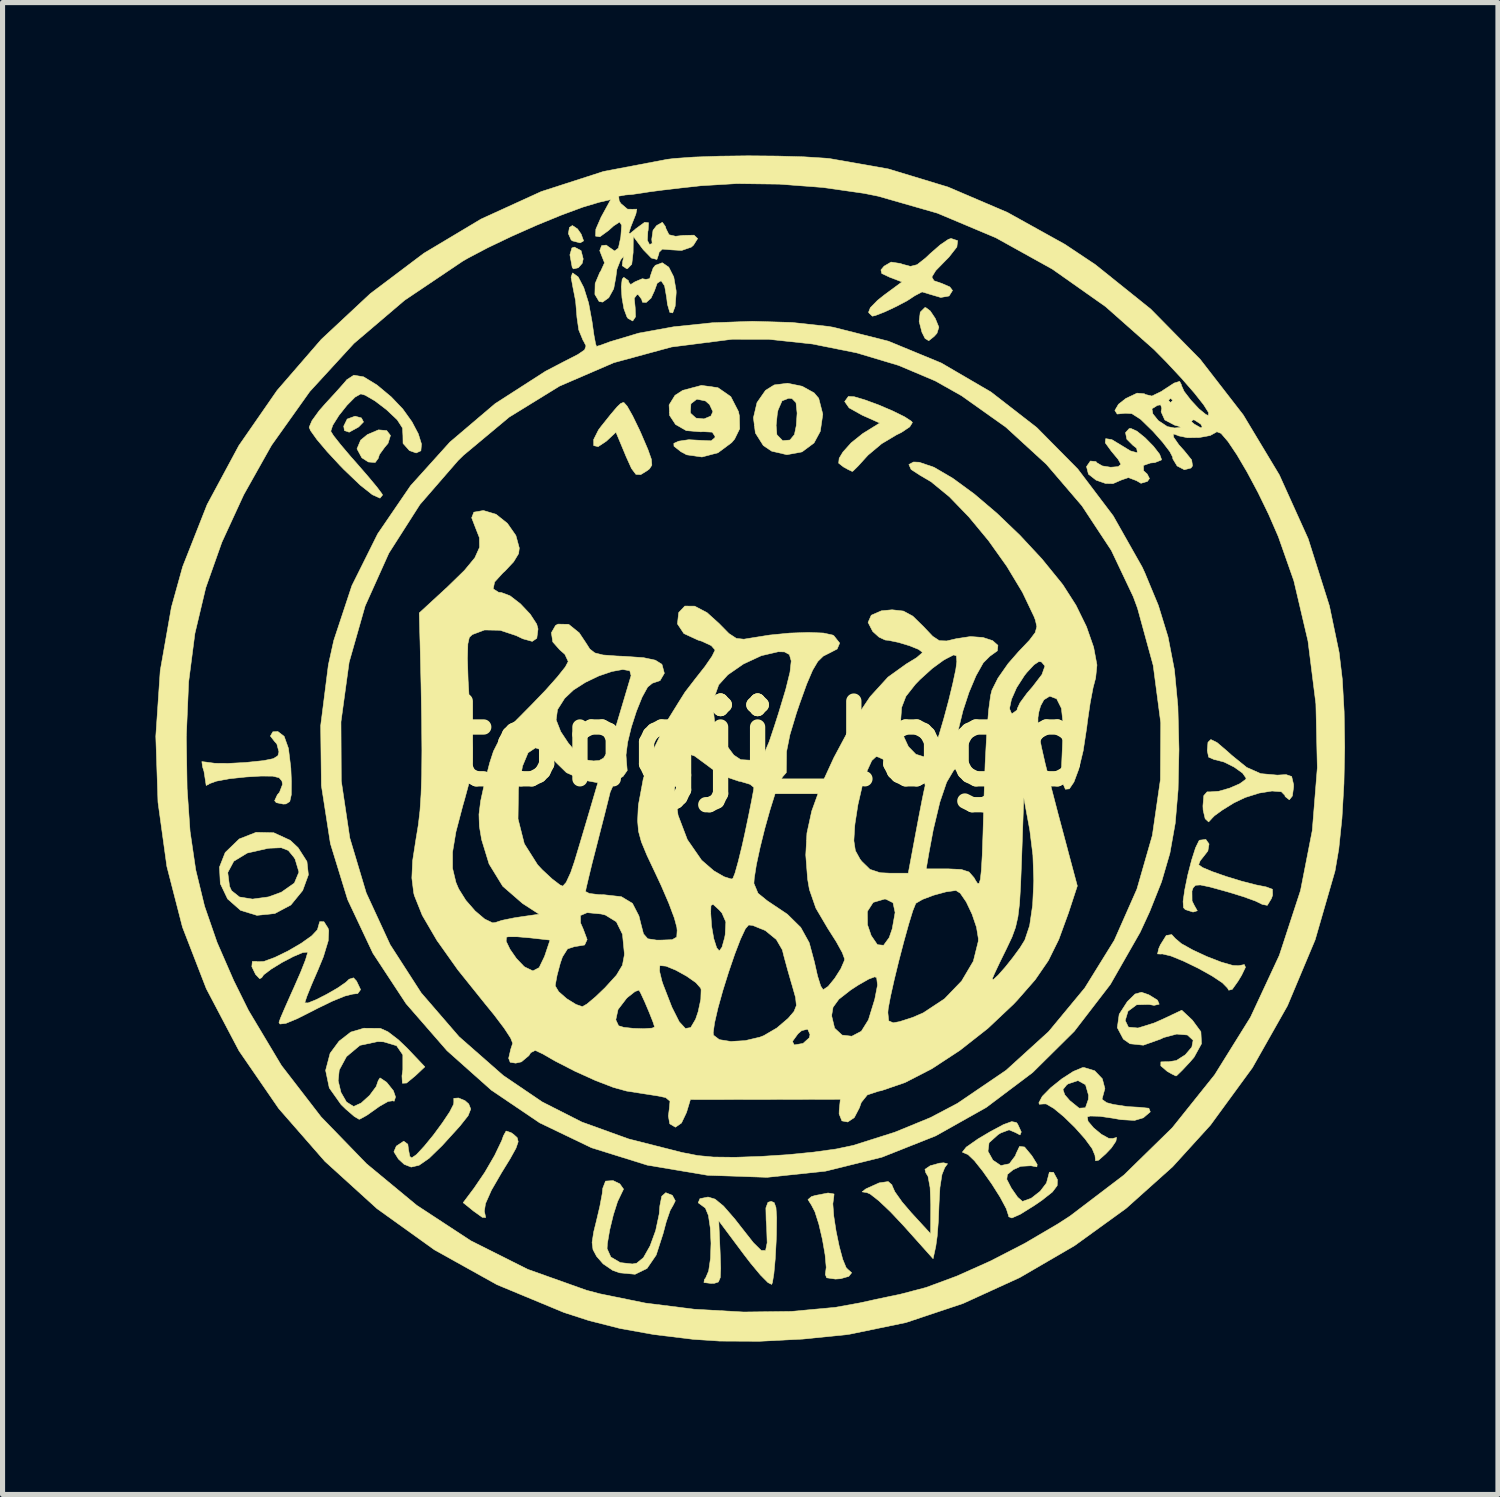
<source format=kicad_pcb>
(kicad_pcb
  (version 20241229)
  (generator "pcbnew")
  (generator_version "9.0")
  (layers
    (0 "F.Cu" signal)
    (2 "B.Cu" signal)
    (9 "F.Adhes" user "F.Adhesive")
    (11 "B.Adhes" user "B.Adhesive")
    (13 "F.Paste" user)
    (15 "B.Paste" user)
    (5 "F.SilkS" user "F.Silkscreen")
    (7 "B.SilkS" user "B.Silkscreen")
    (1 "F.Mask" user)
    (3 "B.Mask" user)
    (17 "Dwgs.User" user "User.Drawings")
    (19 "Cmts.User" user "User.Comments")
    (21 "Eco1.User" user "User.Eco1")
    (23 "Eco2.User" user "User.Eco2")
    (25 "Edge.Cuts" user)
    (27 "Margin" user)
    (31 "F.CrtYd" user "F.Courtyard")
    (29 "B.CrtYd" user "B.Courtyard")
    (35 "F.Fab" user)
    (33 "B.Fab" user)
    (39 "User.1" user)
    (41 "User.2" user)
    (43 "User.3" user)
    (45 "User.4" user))
  (footprint "tongji_logo"
    (layer "F.Cu")
    (at 11.987 11.532)
    (property "Reference" "tongji_logo" (at 0 0 0) (layer "F.SilkS") (effects (font (size 1.524 1.524) (thickness 0.3))))
    (attr through_hole)
    (fp_poly (pts (xy -7.95 -6.387) (xy -7.909 -6.308) (xy -8.004 -6.21) (xy -8.19 -6.107) (xy -8.283 -6.139) (xy -8.297 -6.226) (xy -8.229 -6.365) (xy -8.075 -6.421) (xy -7.95 -6.387)) (stroke (width 0.01) (type solid)) (fill yes) (layer "F.SilkS"))
    (fp_poly (pts (xy -3.643 -9.668) (xy -3.601 -9.505) (xy -3.62 -9.419) (xy -3.697 -9.332) (xy -3.791 -9.309) (xy -3.816 -9.335) (xy -3.862 -9.585) (xy -3.823 -9.72) (xy -3.774 -9.737) (xy -3.643 -9.668)) (stroke (width 0.01) (type solid)) (fill yes) (layer "F.SilkS"))
    (fp_poly (pts (xy -3.713 -10.094) (xy -3.641 -9.991) (xy -3.593 -9.859) (xy -3.658 -9.821) (xy -3.666 -9.821) (xy -3.811 -9.858) (xy -3.838 -9.878) (xy -3.892 -10.001) (xy -3.871 -10.123) (xy -3.813 -10.16) (xy -3.713 -10.094)) (stroke (width 0.01) (type solid)) (fill yes) (layer "F.SilkS"))
    (fp_poly (pts (xy 3.204 -8.485) (xy 3.303 -8.337) (xy 3.373 -8.166) (xy 3.336 -8.047) (xy 3.28 -7.985) (xy 3.175 -7.901) (xy 3.103 -7.944) (xy 3.041 -8.067) (xy 2.986 -8.281) (xy 3.008 -8.461) (xy 3.097 -8.55) (xy 3.116 -8.551) (xy 3.204 -8.485)) (stroke (width 0.01) (type solid)) (fill yes) (layer "F.SilkS"))
    (fp_poly (pts (xy -7.454 -6.139) (xy -7.38 -6.043) (xy -7.428 -5.889) (xy -7.493 -5.812) (xy -7.597 -5.669) (xy -7.62 -5.594) (xy -7.68 -5.513) (xy -7.814 -5.523) (xy -7.942 -5.605) (xy -8.037 -5.781) (xy -7.965 -5.952) (xy -7.832 -6.061) (xy -7.615 -6.153) (xy -7.454 -6.139)) (stroke (width 0.01) (type solid)) (fill yes) (layer "F.SilkS"))
    (fp_poly (pts (xy -5.015 7.628) (xy -4.965 7.663) (xy -4.895 7.727) (xy -4.876 7.806) (xy -4.919 7.932) (xy -5.034 8.14) (xy -5.199 8.408) (xy -5.401 8.757) (xy -5.517 9.019) (xy -5.54 9.171) (xy -5.538 9.175) (xy -5.513 9.292) (xy -5.579 9.289) (xy -5.751 9.166) (xy -5.762 9.157) (xy -5.955 9.001) (xy -5.739 8.713) (xy -5.529 8.404) (xy -5.337 8.073) (xy -5.198 7.783) (xy -5.165 7.689) (xy -5.113 7.596) (xy -5.015 7.628)) (stroke (width 0.01) (type solid)) (fill yes) (layer "F.SilkS"))
    (fp_poly (pts (xy 1.318 8.831) (xy 1.312 8.891) (xy 1.294 9.023) (xy 1.312 9.262) (xy 1.357 9.556) (xy 1.419 9.856) (xy 1.488 10.112) (xy 1.555 10.275) (xy 1.584 10.305) (xy 1.663 10.375) (xy 1.607 10.446) (xy 1.446 10.492) (xy 1.345 10.499) (xy 1.173 10.474) (xy 1.147 10.408) (xy 1.164 10.269) (xy 1.142 10.023) (xy 1.09 9.723) (xy 1.02 9.423) (xy 0.942 9.178) (xy 0.875 9.049) (xy 0.806 8.94) (xy 0.876 8.881) (xy 0.949 8.86) (xy 1.2 8.811) (xy 1.318 8.831)) (stroke (width 0.01) (type solid)) (fill yes) (layer "F.SilkS"))
    (fp_poly (pts (xy -2.739 -6.617) (xy -2.631 -6.426) (xy -2.499 -6.154) (xy -2.464 -6.076) (xy -2.332 -5.768) (xy -2.264 -5.576) (xy -2.255 -5.462) (xy -2.299 -5.391) (xy -2.341 -5.357) (xy -2.473 -5.275) (xy -2.567 -5.28) (xy -2.654 -5.395) (xy -2.766 -5.643) (xy -2.78 -5.678) (xy -2.959 -6.107) (xy -3.146 -5.932) (xy -3.308 -5.824) (xy -3.395 -5.844) (xy -3.396 -5.963) (xy -3.302 -6.151) (xy -3.252 -6.218) (xy -3.056 -6.463) (xy -2.936 -6.604) (xy -2.868 -6.669) (xy -2.822 -6.688) (xy -2.803 -6.689) (xy -2.739 -6.617)) (stroke (width 0.01) (type solid)) (fill yes) (layer "F.SilkS"))
    (fp_poly (pts (xy 8.006 3.818) (xy 8.127 3.921) (xy 8.353 4.047) (xy 8.631 4.176) (xy 8.91 4.284) (xy 9.138 4.349) (xy 9.249 4.354) (xy 9.364 4.332) (xy 9.385 4.386) (xy 9.31 4.541) (xy 9.239 4.659) (xy 9.126 4.818) (xy 9.057 4.835) (xy 9.032 4.791) (xy 8.933 4.69) (xy 8.726 4.553) (xy 8.457 4.403) (xy 8.174 4.266) (xy 7.925 4.164) (xy 7.755 4.123) (xy 7.724 4.126) (xy 7.661 4.123) (xy 7.685 4.017) (xy 7.717 3.945) (xy 7.832 3.761) (xy 7.939 3.744) (xy 8.006 3.818)) (stroke (width 0.01) (type solid)) (fill yes) (layer "F.SilkS"))
    (fp_poly (pts (xy -5.92 7) (xy -5.846 7.065) (xy -5.806 7.165) (xy -5.858 7.296) (xy -6.019 7.499) (xy -6.026 7.507) (xy -6.365 7.88) (xy -6.622 8.13) (xy -6.819 8.267) (xy -6.975 8.303) (xy -7.112 8.249) (xy -7.225 8.144) (xy -7.313 8.003) (xy -7.266 7.892) (xy -7.263 7.89) (xy -7.12 7.795) (xy -7.04 7.855) (xy -7.027 7.959) (xy -7.001 8.094) (xy -6.964 8.123) (xy -6.869 8.057) (xy -6.717 7.893) (xy -6.537 7.673) (xy -6.362 7.435) (xy -6.219 7.221) (xy -6.142 7.071) (xy -6.138 7.029) (xy -6.139 6.955) (xy -6.046 6.948) (xy -5.92 7)) (stroke (width 0.01) (type solid)) (fill yes) (layer "F.SilkS"))
    (fp_poly (pts (xy 1.712 -6.803) (xy 1.927 -6.739) (xy 2.196 -6.64) (xy 2.469 -6.523) (xy 2.699 -6.41) (xy 2.837 -6.32) (xy 2.854 -6.296) (xy 2.802 -6.212) (xy 2.638 -6.102) (xy 2.538 -6.053) (xy 2.252 -5.882) (xy 1.987 -5.66) (xy 1.946 -5.616) (xy 1.792 -5.446) (xy 1.692 -5.347) (xy 1.675 -5.337) (xy 1.592 -5.376) (xy 1.503 -5.425) (xy 1.408 -5.5) (xy 1.418 -5.596) (xy 1.491 -5.717) (xy 1.654 -5.899) (xy 1.88 -6.08) (xy 1.92 -6.105) (xy 2.214 -6.287) (xy 1.869 -6.441) (xy 1.613 -6.584) (xy 1.526 -6.708) (xy 1.599 -6.809) (xy 1.712 -6.803)) (stroke (width 0.01) (type solid)) (fill yes) (layer "F.SilkS"))
    (fp_poly (pts (xy 3.543 8.238) (xy 3.488 8.314) (xy 3.434 8.449) (xy 3.394 8.704) (xy 3.377 9.013) (xy 3.364 9.354) (xy 3.34 9.66) (xy 3.313 9.855) (xy 3.26 10.1) (xy 2.681 9.453) (xy 2.425 9.181) (xy 2.197 8.965) (xy 2.027 8.832) (xy 1.961 8.803) (xy 1.868 8.789) (xy 1.935 8.735) (xy 1.947 8.728) (xy 2.201 8.613) (xy 2.38 8.587) (xy 2.455 8.654) (xy 2.455 8.664) (xy 2.51 8.787) (xy 2.651 8.986) (xy 2.833 9.199) (xy 3.211 9.61) (xy 3.214 9.043) (xy 3.201 8.705) (xy 3.16 8.484) (xy 3.117 8.415) (xy 3.1 8.347) (xy 3.205 8.276) (xy 3.387 8.226) (xy 3.467 8.219) (xy 3.543 8.238)) (stroke (width 0.01) (type solid)) (fill yes) (layer "F.SilkS"))
    (fp_poly (pts (xy 0.692 -7.008) (xy 0.927 -6.878) (xy 1.017 -6.772) (xy 1.097 -6.46) (xy 1.048 -6.124) (xy 0.925 -5.896) (xy 0.69 -5.721) (xy 0.393 -5.666) (xy 0.095 -5.735) (xy -0.069 -5.845) (xy -0.225 -6.092) (xy -0.244 -6.242) (xy 0.182 -6.242) (xy 0.196 -6.065) (xy 0.2 -6.054) (xy 0.31 -5.941) (xy 0.453 -5.954) (xy 0.541 -6.061) (xy 0.577 -6.236) (xy 0.593 -6.476) (xy 0.593 -6.484) (xy 0.572 -6.686) (xy 0.494 -6.766) (xy 0.427 -6.773) (xy 0.298 -6.721) (xy 0.22 -6.543) (xy 0.206 -6.478) (xy 0.182 -6.242) (xy -0.244 -6.242) (xy -0.263 -6.391) (xy -0.193 -6.688) (xy -0.026 -6.928) (xy 0.144 -7.034) (xy 0.407 -7.067) (xy 0.692 -7.008)) (stroke (width 0.01) (type solid)) (fill yes) (layer "F.SilkS"))
    (fp_poly (pts (xy -9.669 1.747) (xy -9.347 1.895) (xy -9.191 2.041) (xy -9.018 2.312) (xy -8.99 2.573) (xy -9.102 2.88) (xy -9.103 2.881) (xy -9.334 3.164) (xy -9.648 3.331) (xy -9.999 3.367) (xy -10.32 3.269) (xy -10.574 3.045) (xy -10.717 2.745) (xy -10.728 2.527) (xy -10.571 2.527) (xy -10.536 2.798) (xy -10.496 2.884) (xy -10.341 3.007) (xy -10.085 3.048) (xy -9.772 3.005) (xy -9.52 2.913) (xy -9.265 2.734) (xy -9.175 2.518) (xy -9.25 2.266) (xy -9.273 2.229) (xy -9.384 2.094) (xy -9.521 2.041) (xy -9.749 2.05) (xy -9.786 2.054) (xy -10.188 2.145) (xy -10.453 2.306) (xy -10.571 2.527) (xy -10.728 2.527) (xy -10.734 2.422) (xy -10.621 2.135) (xy -10.346 1.869) (xy -10.015 1.739) (xy -9.669 1.747)) (stroke (width 0.01) (type solid)) (fill yes) (layer "F.SilkS"))
    (fp_poly (pts (xy -2.884 8.631) (xy -2.81 8.735) (xy -2.851 8.82) (xy -2.927 8.979) (xy -3.01 9.24) (xy -3.082 9.537) (xy -3.127 9.803) (xy -3.133 9.903) (xy -3.059 10.067) (xy -2.874 10.176) (xy -2.636 10.203) (xy -2.553 10.188) (xy -2.42 10.079) (xy -2.29 9.849) (xy -2.18 9.548) (xy -2.111 9.223) (xy -2.098 9.063) (xy -2.061 8.875) (xy -1.982 8.805) (xy -1.853 8.857) (xy -1.795 8.965) (xy -1.836 9.048) (xy -1.896 9.153) (xy -1.972 9.373) (xy -2.034 9.606) (xy -2.17 10.028) (xy -2.35 10.291) (xy -2.584 10.405) (xy -2.884 10.377) (xy -3.022 10.329) (xy -3.21 10.201) (xy -3.339 10.053) (xy -3.409 9.921) (xy -3.427 9.78) (xy -3.395 9.573) (xy -3.344 9.367) (xy -3.275 9.074) (xy -3.229 8.828) (xy -3.217 8.717) (xy -3.163 8.578) (xy -3.015 8.568) (xy -2.884 8.631)) (stroke (width 0.01) (type solid)) (fill yes) (layer "F.SilkS"))
    (fp_poly (pts (xy -1.923 -9.343) (xy -1.825 -9.15) (xy -1.779 -8.883) (xy -1.778 -8.84) (xy -1.798 -8.577) (xy -1.846 -8.446) (xy -1.903 -8.457) (xy -1.95 -8.618) (xy -1.964 -8.74) (xy -2.005 -8.977) (xy -2.073 -9.077) (xy -2.15 -9.029) (xy -2.204 -8.88) (xy -2.271 -8.736) (xy -2.366 -8.651) (xy -2.44 -8.656) (xy -2.455 -8.714) (xy -2.52 -8.801) (xy -2.547 -8.805) (xy -2.6 -8.733) (xy -2.582 -8.551) (xy -2.575 -8.37) (xy -2.63 -8.288) (xy -2.721 -8.337) (xy -2.744 -8.369) (xy -2.803 -8.528) (xy -2.841 -8.744) (xy -2.854 -8.958) (xy -2.837 -9.108) (xy -2.805 -9.144) (xy -2.714 -9.079) (xy -2.709 -9.049) (xy -2.671 -9.002) (xy -2.586 -9.056) (xy -2.442 -9.117) (xy -2.374 -9.104) (xy -2.296 -9.118) (xy -2.286 -9.164) (xy -2.231 -9.323) (xy -2.186 -9.38) (xy -2.051 -9.43) (xy -1.923 -9.343)) (stroke (width 0.01) (type solid)) (fill yes) (layer "F.SilkS"))
    (fp_poly (pts (xy 3.741 -9.863) (xy 3.726 -9.739) (xy 3.569 -9.538) (xy 3.51 -9.479) (xy 3.311 -9.275) (xy 3.235 -9.15) (xy 3.277 -9.077) (xy 3.429 -9.025) (xy 3.588 -8.956) (xy 3.641 -8.886) (xy 3.573 -8.778) (xy 3.41 -8.749) (xy 3.217 -8.806) (xy 3.043 -8.858) (xy 2.895 -8.78) (xy 2.893 -8.778) (xy 2.756 -8.688) (xy 2.541 -8.574) (xy 2.311 -8.466) (xy 2.128 -8.395) (xy 2.069 -8.382) (xy 2.007 -8.44) (xy 1.994 -8.459) (xy 2.029 -8.548) (xy 2.17 -8.692) (xy 2.299 -8.795) (xy 2.65 -9.054) (xy 2.411 -9.145) (xy 2.254 -9.218) (xy 2.237 -9.289) (xy 2.299 -9.363) (xy 2.436 -9.443) (xy 2.62 -9.415) (xy 2.661 -9.4) (xy 2.816 -9.359) (xy 2.946 -9.392) (xy 3.11 -9.521) (xy 3.202 -9.608) (xy 3.399 -9.78) (xy 3.558 -9.888) (xy 3.612 -9.906) (xy 3.741 -9.863)) (stroke (width 0.01) (type solid)) (fill yes) (layer "F.SilkS"))
    (fp_poly (pts (xy 8.671 1.968) (xy 8.648 2.104) (xy 8.605 2.16) (xy 8.496 2.298) (xy 8.467 2.373) (xy 8.541 2.428) (xy 8.736 2.51) (xy 9.005 2.604) (xy 9.306 2.696) (xy 9.593 2.77) (xy 9.79 2.809) (xy 9.914 2.855) (xy 9.917 2.971) (xy 9.895 3.036) (xy 9.813 3.171) (xy 9.715 3.152) (xy 9.715 3.152) (xy 9.585 3.088) (xy 9.342 3) (xy 9.035 2.906) (xy 8.999 2.896) (xy 8.688 2.81) (xy 8.502 2.771) (xy 8.405 2.777) (xy 8.358 2.828) (xy 8.336 2.89) (xy 8.338 3.084) (xy 8.385 3.179) (xy 8.441 3.277) (xy 8.358 3.302) (xy 8.355 3.302) (xy 8.206 3.254) (xy 8.17 3.217) (xy 8.162 3.093) (xy 8.195 2.862) (xy 8.254 2.574) (xy 8.329 2.284) (xy 8.406 2.043) (xy 8.473 1.905) (xy 8.486 1.893) (xy 8.608 1.878) (xy 8.671 1.968)) (stroke (width 0.01) (type solid)) (fill yes) (layer "F.SilkS"))
    (fp_poly (pts (xy -9.465 -0.143) (xy -9.381 0.092) (xy -9.334 0.479) (xy -9.323 0.741) (xy -9.325 1.002) (xy -9.355 1.135) (xy -9.429 1.182) (xy -9.483 1.185) (xy -9.62 1.157) (xy -9.652 1.118) (xy -9.599 1.004) (xy -9.556 0.954) (xy -9.497 0.799) (xy -9.509 0.732) (xy -9.564 0.668) (xy -9.691 0.637) (xy -9.923 0.636) (xy -10.218 0.654) (xy -10.539 0.688) (xy -10.792 0.735) (xy -10.931 0.785) (xy -10.942 0.796) (xy -10.994 0.82) (xy -11.005 0.748) (xy -11.037 0.544) (xy -11.064 0.458) (xy -11.079 0.352) (xy -10.978 0.364) (xy -10.976 0.365) (xy -10.823 0.385) (xy -10.558 0.387) (xy -10.233 0.37) (xy -10.199 0.367) (xy -9.87 0.333) (xy -9.678 0.294) (xy -9.588 0.237) (xy -9.567 0.162) (xy -9.609 0.005) (xy -9.652 -0.042) (xy -9.735 -0.149) (xy -9.687 -0.232) (xy -9.589 -0.238) (xy -9.465 -0.143)) (stroke (width 0.01) (type solid)) (fill yes) (layer "F.SilkS"))
    (fp_poly (pts (xy -0.959 -6.98) (xy -0.707 -6.805) (xy -0.557 -6.513) (xy -0.539 -6.428) (xy -0.533 -6.174) (xy -0.632 -5.972) (xy -0.69 -5.903) (xy -0.958 -5.704) (xy -1.272 -5.621) (xy -1.573 -5.664) (xy -1.687 -5.726) (xy -1.821 -5.832) (xy -1.824 -5.888) (xy -1.729 -5.931) (xy -1.531 -5.96) (xy -1.291 -5.947) (xy -1.092 -5.938) (xy -1.018 -6.001) (xy -1.016 -6.026) (xy -1.071 -6.108) (xy -1.253 -6.118) (xy -1.294 -6.114) (xy -1.58 -6.138) (xy -1.79 -6.258) (xy -1.908 -6.438) (xy -1.91 -6.495) (xy -1.5 -6.495) (xy -1.493 -6.477) (xy -1.389 -6.383) (xy -1.232 -6.368) (xy -1.098 -6.424) (xy -1.058 -6.51) (xy -1.123 -6.649) (xy -1.204 -6.72) (xy -1.373 -6.755) (xy -1.489 -6.665) (xy -1.5 -6.495) (xy -1.91 -6.495) (xy -1.917 -6.641) (xy -1.801 -6.83) (xy -1.649 -6.928) (xy -1.282 -7.025) (xy -0.959 -6.98)) (stroke (width 0.01) (type solid)) (fill yes) (layer "F.SilkS"))
    (fp_poly (pts (xy 7.489 4.924) (xy 7.66 5.03) (xy 7.694 5.109) (xy 7.593 5.132) (xy 7.492 5.114) (xy 7.252 5.12) (xy 7.082 5.246) (xy 7.027 5.429) (xy 7.09 5.559) (xy 7.278 5.576) (xy 7.59 5.479) (xy 7.752 5.408) (xy 8.136 5.227) (xy 8.344 5.422) (xy 8.511 5.649) (xy 8.523 5.884) (xy 8.378 6.148) (xy 8.296 6.244) (xy 8.14 6.41) (xy 8.04 6.507) (xy 8.023 6.517) (xy 7.942 6.478) (xy 7.853 6.428) (xy 7.725 6.318) (xy 7.726 6.24) (xy 7.855 6.236) (xy 7.866 6.239) (xy 8.029 6.214) (xy 8.204 6.102) (xy 8.333 5.951) (xy 8.359 5.816) (xy 8.247 5.713) (xy 8.037 5.695) (xy 7.781 5.763) (xy 7.715 5.795) (xy 7.382 5.913) (xy 7.121 5.885) (xy 6.991 5.794) (xy 6.872 5.569) (xy 6.909 5.306) (xy 7.068 5.059) (xy 7.221 4.909) (xy 7.346 4.875) (xy 7.489 4.924)) (stroke (width 0.01) (type solid)) (fill yes) (layer "F.SilkS"))
    (fp_poly (pts (xy 8.827 -0.022) (xy 9.035 0.155) (xy 9.113 0.226) (xy 9.409 0.466) (xy 9.685 0.588) (xy 10.01 0.617) (xy 10.181 0.607) (xy 10.291 0.644) (xy 10.329 0.804) (xy 10.329 0.848) (xy 10.305 1.026) (xy 10.245 1.101) (xy 10.245 1.101) (xy 10.162 1.036) (xy 10.16 1.016) (xy 10.089 0.943) (xy 9.906 0.929) (xy 9.655 0.969) (xy 9.379 1.056) (xy 9.159 1.161) (xy 8.933 1.301) (xy 8.777 1.414) (xy 8.735 1.457) (xy 8.663 1.535) (xy 8.595 1.473) (xy 8.555 1.303) (xy 8.551 1.222) (xy 8.568 1.019) (xy 8.633 0.945) (xy 8.7 0.945) (xy 8.863 0.933) (xy 9.075 0.872) (xy 9.271 0.787) (xy 9.388 0.702) (xy 9.398 0.677) (xy 9.329 0.578) (xy 9.164 0.46) (xy 8.966 0.361) (xy 8.8 0.317) (xy 8.784 0.317) (xy 8.663 0.265) (xy 8.636 0.136) (xy 8.65 -0.027) (xy 8.706 -0.081) (xy 8.827 -0.022)) (stroke (width 0.01) (type solid)) (fill yes) (layer "F.SilkS"))
    (fp_poly (pts (xy 7.257 -6.127) (xy 7.419 -5.996) (xy 7.581 -5.831) (xy 7.702 -5.675) (xy 7.74 -5.572) (xy 7.734 -5.561) (xy 7.608 -5.511) (xy 7.521 -5.503) (xy 7.385 -5.455) (xy 7.388 -5.35) (xy 7.458 -5.287) (xy 7.503 -5.199) (xy 7.462 -5.142) (xy 7.336 -5.105) (xy 7.248 -5.157) (xy 7.09 -5.217) (xy 6.954 -5.171) (xy 6.788 -5.099) (xy 6.641 -5.102) (xy 6.456 -5.167) (xy 6.306 -5.284) (xy 6.268 -5.432) (xy 6.344 -5.542) (xy 6.453 -5.531) (xy 6.476 -5.505) (xy 6.578 -5.446) (xy 6.742 -5.42) (xy 6.889 -5.432) (xy 6.943 -5.477) (xy 6.89 -5.573) (xy 6.764 -5.725) (xy 6.759 -5.73) (xy 6.636 -5.899) (xy 6.644 -5.981) (xy 6.764 -5.962) (xy 6.95 -5.85) (xy 7.13 -5.74) (xy 7.251 -5.707) (xy 7.266 -5.714) (xy 7.251 -5.793) (xy 7.175 -5.853) (xy 7.059 -5.969) (xy 7.033 -6.099) (xy 7.104 -6.177) (xy 7.138 -6.181) (xy 7.257 -6.127)) (stroke (width 0.01) (type solid)) (fill yes) (layer "F.SilkS"))
    (fp_poly (pts (xy -1.016 8.931) (xy -0.849 9.068) (xy -0.628 9.322) (xy -0.497 9.49) (xy -0.264 9.786) (xy -0.111 9.937) (xy -0.025 9.939) (xy 0.006 9.788) (xy -0.004 9.48) (xy -0.014 9.343) (xy -0.019 9.104) (xy 0.022 8.994) (xy 0.084 8.975) (xy 0.144 9) (xy 0.179 9.097) (xy 0.192 9.294) (xy 0.188 9.621) (xy 0.183 9.758) (xy 0.164 10.108) (xy 0.138 10.392) (xy 0.109 10.569) (xy 0.094 10.604) (xy 0.022 10.568) (xy -0.124 10.421) (xy -0.319 10.187) (xy -0.454 10.011) (xy -0.943 9.356) (xy -0.916 9.97) (xy -0.905 10.286) (xy -0.913 10.469) (xy -0.95 10.556) (xy -1.028 10.582) (xy -1.096 10.584) (xy -1.234 10.567) (xy -1.223 10.504) (xy -1.202 10.482) (xy -1.141 10.339) (xy -1.105 10.093) (xy -1.095 9.796) (xy -1.109 9.498) (xy -1.146 9.251) (xy -1.206 9.106) (xy -1.228 9.09) (xy -1.346 9.003) (xy -1.313 8.923) (xy -1.154 8.89) (xy -1.016 8.931)) (stroke (width 0.01) (type solid)) (fill yes) (layer "F.SilkS"))
    (fp_poly (pts (xy -7.908 -7.193) (xy -7.647 -7.034) (xy -7.365 -6.799) (xy -7.139 -6.562) (xy -6.959 -6.311) (xy -6.834 -6.074) (xy -6.772 -5.875) (xy -6.784 -5.742) (xy -6.877 -5.7) (xy -7.009 -5.747) (xy -7.134 -5.888) (xy -7.136 -6.038) (xy -7.144 -6.189) (xy -7.248 -6.35) (xy -7.459 -6.549) (xy -7.683 -6.72) (xy -7.877 -6.833) (xy -7.963 -6.858) (xy -8.076 -6.794) (xy -8.233 -6.635) (xy -8.392 -6.435) (xy -8.512 -6.244) (xy -8.551 -6.126) (xy -8.499 -6.041) (xy -8.358 -5.863) (xy -8.154 -5.622) (xy -8.043 -5.497) (xy -7.819 -5.239) (xy -7.645 -5.03) (xy -7.548 -4.9) (xy -7.535 -4.876) (xy -7.586 -4.814) (xy -7.735 -4.881) (xy -7.974 -5.07) (xy -8.295 -5.377) (xy -8.368 -5.452) (xy -8.622 -5.726) (xy -8.824 -5.965) (xy -8.948 -6.139) (xy -8.975 -6.204) (xy -8.92 -6.333) (xy -8.779 -6.528) (xy -8.657 -6.667) (xy -8.458 -6.883) (xy -8.296 -7.065) (xy -8.237 -7.136) (xy -8.099 -7.225) (xy -7.908 -7.193)) (stroke (width 0.01) (type solid)) (fill yes) (layer "F.SilkS"))
    (fp_poly (pts (xy -7.578 5.583) (xy -7.43 5.65) (xy -7.224 5.808) (xy -7.057 5.967) (xy -6.706 6.337) (xy -6.893 6.513) (xy -7.065 6.655) (xy -7.147 6.659) (xy -7.155 6.516) (xy -7.138 6.393) (xy -7.138 6.102) (xy -7.261 5.923) (xy -7.515 5.847) (xy -7.63 5.842) (xy -7.979 5.916) (xy -8.243 6.137) (xy -8.385 6.4) (xy -8.406 6.609) (xy -8.351 6.839) (xy -8.243 7.027) (xy -8.109 7.111) (xy -8.098 7.112) (xy -7.956 7.048) (xy -7.79 6.898) (xy -7.66 6.723) (xy -7.62 6.607) (xy -7.585 6.554) (xy -7.467 6.632) (xy -7.451 6.646) (xy -7.323 6.806) (xy -7.281 6.928) (xy -7.308 7.012) (xy -7.334 7.003) (xy -7.427 7.016) (xy -7.596 7.112) (xy -7.66 7.158) (xy -7.846 7.289) (xy -7.977 7.361) (xy -7.996 7.366) (xy -8.089 7.311) (xy -8.252 7.171) (xy -8.348 7.078) (xy -8.58 6.751) (xy -8.652 6.407) (xy -8.564 6.072) (xy -8.389 5.835) (xy -8.159 5.656) (xy -7.903 5.58) (xy -7.578 5.583)) (stroke (width 0.01) (type solid)) (fill yes) (layer "F.SilkS"))
    (fp_poly (pts (xy -8.685 3.492) (xy -8.604 3.619) (xy -8.591 3.665) (xy -8.601 3.867) (xy -8.696 4.18) (xy -8.801 4.435) (xy -8.926 4.723) (xy -9.018 4.951) (xy -9.059 5.075) (xy -9.059 5.082) (xy -8.996 5.084) (xy -8.837 5.02) (xy -8.629 4.914) (xy -8.419 4.793) (xy -8.255 4.68) (xy -8.191 4.619) (xy -8.104 4.592) (xy -8.045 4.657) (xy -7.966 4.823) (xy -8.022 4.9) (xy -8.121 4.911) (xy -8.273 4.949) (xy -8.521 5.05) (xy -8.814 5.192) (xy -8.842 5.207) (xy -9.201 5.389) (xy -9.431 5.485) (xy -9.547 5.498) (xy -9.567 5.466) (xy -9.535 5.377) (xy -9.447 5.172) (xy -9.322 4.89) (xy -9.27 4.775) (xy -9.139 4.475) (xy -9.046 4.239) (xy -9.006 4.104) (xy -9.007 4.088) (xy -9.102 4.097) (xy -9.286 4.175) (xy -9.509 4.292) (xy -9.719 4.421) (xy -9.867 4.533) (xy -9.906 4.59) (xy -9.946 4.609) (xy -10.025 4.526) (xy -10.099 4.373) (xy -10.089 4.271) (xy -10.003 4.269) (xy -9.99 4.276) (xy -9.864 4.271) (xy -9.648 4.192) (xy -9.388 4.065) (xy -9.131 3.915) (xy -8.924 3.768) (xy -8.813 3.65) (xy -8.805 3.622) (xy -8.768 3.49) (xy -8.685 3.492)) (stroke (width 0.01) (type solid)) (fill yes) (layer "F.SilkS"))
    (fp_poly (pts (xy 4.892 7.429) (xy 4.918 7.46) (xy 4.989 7.614) (xy 4.965 7.673) (xy 4.874 7.625) (xy 4.749 7.573) (xy 4.587 7.634) (xy 4.535 7.666) (xy 4.357 7.826) (xy 4.336 7.993) (xy 4.433 8.168) (xy 4.589 8.273) (xy 4.755 8.238) (xy 4.875 8.079) (xy 4.886 8.043) (xy 4.955 7.898) (xy 5.053 7.909) (xy 5.193 8.077) (xy 5.207 8.098) (xy 5.301 8.251) (xy 5.295 8.299) (xy 5.184 8.278) (xy 5.18 8.277) (xy 4.978 8.288) (xy 4.83 8.355) (xy 4.717 8.448) (xy 4.705 8.543) (xy 4.789 8.707) (xy 4.801 8.726) (xy 4.918 8.894) (xy 5.01 8.974) (xy 5.017 8.975) (xy 5.183 8.915) (xy 5.361 8.776) (xy 5.483 8.616) (xy 5.503 8.542) (xy 5.54 8.403) (xy 5.62 8.405) (xy 5.696 8.545) (xy 5.698 8.553) (xy 5.693 8.667) (xy 5.6 8.791) (xy 5.394 8.954) (xy 5.242 9.058) (xy 4.966 9.23) (xy 4.805 9.301) (xy 4.743 9.277) (xy 4.741 9.26) (xy 4.695 9.118) (xy 4.577 8.897) (xy 4.414 8.639) (xy 4.235 8.385) (xy 4.07 8.178) (xy 3.945 8.058) (xy 3.911 8.044) (xy 3.833 8.01) (xy 3.91 7.912) (xy 4.14 7.751) (xy 4.371 7.614) (xy 4.639 7.47) (xy 4.801 7.411) (xy 4.892 7.429)) (stroke (width 0.01) (type solid)) (fill yes) (layer "F.SilkS"))
    (fp_poly (pts (xy 6.428 6.414) (xy 6.578 6.571) (xy 6.629 6.764) (xy 6.601 6.864) (xy 6.572 6.973) (xy 6.66 7.039) (xy 6.795 7.075) (xy 7.069 7.117) (xy 7.303 7.13) (xy 7.491 7.149) (xy 7.519 7.22) (xy 7.384 7.335) (xy 7.382 7.337) (xy 7.21 7.388) (xy 6.943 7.373) (xy 6.787 7.345) (xy 6.528 7.307) (xy 6.341 7.302) (xy 6.284 7.319) (xy 6.298 7.405) (xy 6.407 7.534) (xy 6.559 7.66) (xy 6.705 7.74) (xy 6.779 7.743) (xy 6.858 7.722) (xy 6.845 7.795) (xy 6.757 7.926) (xy 6.646 8.043) (xy 6.505 8.168) (xy 6.446 8.18) (xy 6.435 8.084) (xy 6.435 8.076) (xy 6.379 7.941) (xy 6.237 7.747) (xy 6.041 7.527) (xy 5.826 7.317) (xy 5.626 7.152) (xy 5.477 7.065) (xy 5.427 7.065) (xy 5.343 7.071) (xy 5.334 7.042) (xy 5.4 6.917) (xy 5.531 6.783) (xy 5.806 6.783) (xy 5.843 6.887) (xy 5.94 6.999) (xy 6.124 7.148) (xy 6.247 7.14) (xy 6.304 6.977) (xy 6.308 6.894) (xy 6.249 6.688) (xy 6.101 6.607) (xy 5.906 6.672) (xy 5.877 6.694) (xy 5.806 6.783) (xy 5.531 6.783) (xy 5.567 6.747) (xy 5.785 6.572) (xy 6.008 6.428) (xy 6.187 6.353) (xy 6.218 6.35) (xy 6.428 6.414)) (stroke (width 0.01) (type solid)) (fill yes) (layer "F.SilkS"))
    (fp_poly (pts (xy -3.699 -9.151) (xy -3.59 -8.942) (xy -3.495 -8.64) (xy -3.429 -8.282) (xy -3.428 -8.276) (xy -3.391 -8.015) (xy -3.358 -7.839) (xy -3.34 -7.789) (xy -3.251 -7.816) (xy -3.075 -7.881) (xy -2.511 -8.05) (xy -1.828 -8.174) (xy -1.069 -8.253) (xy -0.281 -8.282) (xy 0.493 -8.259) (xy 1.208 -8.181) (xy 1.302 -8.165) (xy 2.383 -7.892) (xy 3.42 -7.464) (xy 4.395 -6.895) (xy 5.293 -6.198) (xy 6.097 -5.385) (xy 6.791 -4.468) (xy 7.36 -3.462) (xy 7.412 -3.349) (xy 7.677 -2.711) (xy 7.867 -2.092) (xy 7.992 -1.447) (xy 8.06 -0.731) (xy 8.081 0.104) (xy 8.081 0.127) (xy 8.064 0.903) (xy 8.008 1.56) (xy 7.904 2.146) (xy 7.74 2.708) (xy 7.507 3.294) (xy 7.321 3.697) (xy 6.736 4.721) (xy 6.028 5.641) (xy 5.213 6.448) (xy 4.303 7.133) (xy 3.313 7.69) (xy 2.257 8.109) (xy 1.15 8.383) (xy 0.006 8.504) (xy -1.161 8.464) (xy -1.163 8.464) (xy -2.345 8.265) (xy -3.438 7.924) (xy -4.454 7.436) (xy -5.402 6.795) (xy -6.271 6.021) (xy -7.074 5.099) (xy -7.725 4.109) (xy -8.22 3.059) (xy -8.558 1.96) (xy -8.735 0.82) (xy -8.749 -0.352) (xy -8.74 -0.423) (xy -8.351 -0.423) (xy -8.345 0.73) (xy -8.178 1.85) (xy -7.856 2.926) (xy -7.387 3.942) (xy -6.778 4.887) (xy -6.036 5.746) (xy -5.168 6.508) (xy -4.406 7.025) (xy -3.628 7.42) (xy -2.708 7.752) (xy -1.663 8.017) (xy -1.355 8.077) (xy -1.05 8.106) (xy -0.624 8.111) (xy -0.124 8.094) (xy 0.405 8.06) (xy 0.915 8.01) (xy 1.361 7.948) (xy 1.693 7.878) (xy 2.51 7.619) (xy 3.207 7.333) (xy 3.737 7.054) (xy 4.691 6.405) (xy 5.526 5.646) (xy 6.234 4.791) (xy 6.813 3.856) (xy 7.256 2.854) (xy 7.559 1.8) (xy 7.717 0.708) (xy 7.724 -0.408) (xy 7.576 -1.534) (xy 7.269 -2.654) (xy 7.185 -2.882) (xy 6.755 -3.789) (xy 6.179 -4.663) (xy 5.482 -5.477) (xy 4.687 -6.205) (xy 3.818 -6.822) (xy 3.302 -7.113) (xy 2.583 -7.417) (xy 1.761 -7.663) (xy 0.892 -7.837) (xy 0.036 -7.929) (xy -0.677 -7.93) (xy -1.869 -7.778) (xy -3.001 -7.47) (xy -4.065 -7.011) (xy -5.051 -6.404) (xy -5.95 -5.654) (xy -6.053 -5.553) (xy -6.803 -4.689) (xy -7.412 -3.735) (xy -7.877 -2.7) (xy -8.191 -1.597) (xy -8.35 -0.436) (xy -8.351 -0.423) (xy -8.74 -0.423) (xy -8.598 -1.545) (xy -8.492 -2.024) (xy -8.137 -3.098) (xy -7.631 -4.114) (xy -6.986 -5.058) (xy -6.214 -5.914) (xy -5.328 -6.667) (xy -4.341 -7.302) (xy -3.963 -7.499) (xy -3.705 -7.631) (xy -3.574 -7.721) (xy -3.546 -7.799) (xy -3.594 -7.894) (xy -3.604 -7.908) (xy -3.688 -8.112) (xy -3.725 -8.369) (xy -3.725 -8.38) (xy -3.75 -8.68) (xy -3.804 -8.954) (xy -3.839 -9.147) (xy -3.811 -9.228) (xy -3.806 -9.229) (xy -3.699 -9.151)) (stroke (width 0.01) (type solid)) (fill yes) (layer "F.SilkS"))
    (fp_poly (pts (xy 0.205 -11.522) (xy 0.729 -11.507) (xy 1.152 -11.48) (xy 1.228 -11.473) (xy 2.381 -11.27) (xy 3.554 -10.914) (xy 4.717 -10.417) (xy 5.846 -9.79) (xy 6.44 -9.394) (xy 7.528 -8.521) (xy 8.498 -7.535) (xy 9.341 -6.447) (xy 10.049 -5.27) (xy 10.615 -4.017) (xy 11.031 -2.701) (xy 11.221 -1.791) (xy 11.284 -1.262) (xy 11.32 -0.625) (xy 11.331 0.073) (xy 11.316 0.785) (xy 11.277 1.465) (xy 11.215 2.065) (xy 11.141 2.498) (xy 10.751 3.848) (xy 10.209 5.139) (xy 9.521 6.355) (xy 8.698 7.481) (xy 7.957 8.296) (xy 7.043 9.114) (xy 6.034 9.844) (xy 4.96 10.469) (xy 3.849 10.977) (xy 2.727 11.352) (xy 1.625 11.58) (xy 1.554 11.59) (xy 0.702 11.676) (xy -0.143 11.719) (xy -0.925 11.715) (xy -1.439 11.681) (xy -2.213 11.587) (xy -2.877 11.468) (xy -3.491 11.312) (xy -3.979 11.154) (xy -5.292 10.609) (xy -6.518 9.926) (xy -7.646 9.117) (xy -8.667 8.19) (xy -9.571 7.156) (xy -10.35 6.024) (xy -10.992 4.804) (xy -11.459 3.598) (xy -11.765 2.408) (xy -11.939 1.148) (xy -11.98 -0.085) (xy -11.383 -0.085) (xy -11.368 0.88) (xy -11.31 1.72) (xy -11.199 2.475) (xy -11.026 3.187) (xy -10.781 3.896) (xy -10.455 4.644) (xy -10.166 5.228) (xy -9.519 6.31) (xy -8.741 7.319) (xy -7.85 8.238) (xy -6.865 9.053) (xy -5.805 9.748) (xy -4.689 10.308) (xy -3.535 10.719) (xy -3.278 10.787) (xy -2.38 10.97) (xy -1.424 11.09) (xy -0.455 11.145) (xy 0.481 11.133) (xy 1.338 11.054) (xy 1.82 10.967) (xy 2.147 10.895) (xy 2.431 10.835) (xy 2.611 10.798) (xy 3.121 10.664) (xy 3.724 10.441) (xy 4.381 10.147) (xy 5.055 9.8) (xy 5.707 9.417) (xy 5.948 9.261) (xy 7.002 8.459) (xy 7.95 7.532) (xy 8.78 6.495) (xy 9.484 5.364) (xy 10.049 4.151) (xy 10.465 2.879) (xy 10.695 1.704) (xy 10.794 0.473) (xy 10.766 -0.779) (xy 10.611 -2.013) (xy 10.334 -3.193) (xy 10.03 -4.058) (xy 9.84 -4.495) (xy 9.632 -4.923) (xy 9.42 -5.32) (xy 9.219 -5.662) (xy 9.043 -5.924) (xy 8.906 -6.084) (xy 8.821 -6.117) (xy 8.813 -6.108) (xy 8.693 -6.042) (xy 8.48 -6.003) (xy 8.249 -5.999) (xy 8.075 -6.035) (xy 8.061 -6.043) (xy 7.968 -6.075) (xy 7.977 -6.007) (xy 8.078 -5.862) (xy 8.187 -5.74) (xy 8.33 -5.563) (xy 8.347 -5.447) (xy 8.317 -5.405) (xy 8.187 -5.371) (xy 8.045 -5.445) (xy 7.961 -5.584) (xy 7.957 -5.62) (xy 7.902 -5.726) (xy 7.76 -5.912) (xy 7.574 -6.122) (xy 7.331 -6.359) (xy 7.157 -6.471) (xy 7.032 -6.479) (xy 6.87 -6.463) (xy 6.824 -6.534) (xy 6.843 -6.566) (xy 7.551 -6.566) (xy 7.569 -6.467) (xy 7.675 -6.335) (xy 7.854 -6.217) (xy 7.993 -6.19) (xy 8.117 -6.201) (xy 8.075 -6.224) (xy 8.001 -6.243) (xy 7.863 -6.316) (xy 8.322 -6.316) (xy 8.382 -6.265) (xy 8.517 -6.189) (xy 8.535 -6.218) (xy 8.509 -6.265) (xy 8.385 -6.346) (xy 8.356 -6.349) (xy 8.322 -6.316) (xy 7.863 -6.316) (xy 7.803 -6.347) (xy 7.731 -6.508) (xy 7.744 -6.579) (xy 7.721 -6.644) (xy 7.658 -6.633) (xy 7.551 -6.566) (xy 6.843 -6.566) (xy 6.895 -6.655) (xy 6.992 -6.731) (xy 7.874 -6.731) (xy 7.916 -6.689) (xy 7.959 -6.731) (xy 7.916 -6.773) (xy 7.874 -6.731) (xy 6.992 -6.731) (xy 7.04 -6.769) (xy 7.26 -6.873) (xy 7.402 -6.861) (xy 7.422 -6.847) (xy 7.549 -6.816) (xy 7.738 -6.907) (xy 7.778 -6.935) (xy 7.987 -7.071) (xy 8.094 -7.104) (xy 8.128 -7.04) (xy 8.128 -7.027) (xy 8.182 -6.908) (xy 8.313 -6.737) (xy 8.471 -6.567) (xy 8.609 -6.454) (xy 8.657 -6.435) (xy 8.662 -6.491) (xy 8.565 -6.645) (xy 8.382 -6.877) (xy 8.131 -7.165) (xy 7.83 -7.487) (xy 7.59 -7.73) (xy 6.641 -8.57) (xy 5.598 -9.305) (xy 4.49 -9.92) (xy 3.344 -10.402) (xy 2.187 -10.734) (xy 1.905 -10.791) (xy 1.101 -10.906) (xy 0.246 -10.971) (xy -0.589 -10.982) (xy -1.291 -10.94) (xy -1.691 -10.896) (xy -2.04 -10.855) (xy -2.299 -10.821) (xy -2.413 -10.803) (xy -2.643 -10.769) (xy -2.774 -10.759) (xy -2.906 -10.735) (xy -2.896 -10.646) (xy -2.864 -10.592) (xy -2.733 -10.481) (xy -2.637 -10.479) (xy -2.55 -10.481) (xy -2.568 -10.386) (xy -2.668 -10.134) (xy -2.706 -10.015) (xy -2.683 -10.002) (xy -2.598 -10.071) (xy -2.569 -10.097) (xy -2.396 -10.223) (xy -2.319 -10.214) (xy -2.328 -10.065) (xy -2.334 -10.042) (xy -2.343 -9.869) (xy -2.301 -9.788) (xy -2.249 -9.808) (xy -2.257 -9.891) (xy -2.232 -10.066) (xy -2.161 -10.159) (xy -2.049 -10.223) (xy -1.991 -10.143) (xy -1.977 -10.096) (xy -1.918 -9.979) (xy -1.789 -9.949) (xy -1.643 -9.966) (xy -1.428 -9.971) (xy -1.357 -9.904) (xy -1.438 -9.775) (xy -1.482 -9.736) (xy -1.67 -9.671) (xy -1.863 -9.682) (xy -2.049 -9.697) (xy -2.115 -9.633) (xy -2.117 -9.608) (xy -2.156 -9.494) (xy -2.264 -9.522) (xy -2.423 -9.686) (xy -2.446 -9.716) (xy -2.619 -9.948) (xy -2.622 -9.631) (xy -2.649 -9.4) (xy -2.731 -9.315) (xy -2.749 -9.313) (xy -2.836 -9.371) (xy -2.826 -9.461) (xy -2.802 -9.558) (xy -2.854 -9.504) (xy -2.869 -9.483) (xy -2.941 -9.301) (xy -2.962 -9.139) (xy -3.003 -8.92) (xy -3.1 -8.744) (xy -3.22 -8.658) (xy -3.289 -8.67) (xy -3.372 -8.809) (xy -3.367 -9.022) (xy -3.276 -9.239) (xy -3.258 -9.264) (xy -3.183 -9.429) (xy -3.226 -9.536) (xy -3.277 -9.667) (xy -3.24 -9.766) (xy -3.149 -9.776) (xy -3.106 -9.744) (xy -2.985 -9.66) (xy -2.911 -9.717) (xy -2.865 -9.928) (xy -2.863 -9.948) (xy -2.847 -10.165) (xy -2.887 -10.229) (xy -3.005 -10.152) (xy -3.106 -10.061) (xy -3.274 -9.939) (xy -3.359 -9.952) (xy -3.353 -10.088) (xy -3.248 -10.329) (xy -3.244 -10.335) (xy -3.062 -10.668) (xy -3.288 -10.616) (xy -3.606 -10.521) (xy -4.028 -10.365) (xy -4.509 -10.168) (xy -5.005 -9.948) (xy -5.472 -9.725) (xy -5.863 -9.519) (xy -5.965 -9.46) (xy -7.102 -8.695) (xy -8.097 -7.848) (xy -8.963 -6.904) (xy -9.713 -5.85) (xy -10.258 -4.88) (xy -10.687 -3.948) (xy -11.002 -3.058) (xy -11.215 -2.162) (xy -11.338 -1.211) (xy -11.383 -0.157) (xy -11.383 -0.085) (xy -11.98 -0.085) (xy -11.982 -0.144) (xy -11.895 -1.431) (xy -11.676 -2.675) (xy -11.455 -3.471) (xy -10.975 -4.689) (xy -10.353 -5.845) (xy -9.603 -6.927) (xy -8.739 -7.925) (xy -7.775 -8.825) (xy -6.725 -9.616) (xy -5.603 -10.287) (xy -4.425 -10.825) (xy -3.203 -11.22) (xy -1.952 -11.458) (xy -1.82 -11.474) (xy -1.433 -11.502) (xy -0.93 -11.52) (xy -0.366 -11.527) (xy 0.205 -11.522)) (stroke (width 0.01) (type solid)) (fill yes) (layer "F.SilkS"))
    (fp_poly (pts (xy 2.988 -5.518) (xy 3.278 -5.419) (xy 3.645 -5.204) (xy 4.065 -4.897) (xy 4.512 -4.517) (xy 4.963 -4.085) (xy 5.393 -3.623) (xy 5.776 -3.152) (xy 5.807 -3.112) (xy 6.061 -2.715) (xy 6.267 -2.295) (xy 6.408 -1.891) (xy 6.473 -1.542) (xy 6.447 -1.287) (xy 6.397 -1.098) (xy 6.34 -0.797) (xy 6.287 -0.437) (xy 6.273 -0.32) (xy 6.203 0.14) (xy 6.116 0.5) (xy 6.022 0.752) (xy 5.932 0.886) (xy 5.854 0.894) (xy 5.799 0.767) (xy 5.777 0.496) (xy 5.793 0.118) (xy 5.812 -0.363) (xy 5.776 -0.693) (xy 5.683 -0.879) (xy 5.548 -0.931) (xy 5.433 -0.86) (xy 5.368 -0.741) (xy 5.335 -0.627) (xy 5.316 -0.51) (xy 5.316 -0.37) (xy 5.337 -0.186) (xy 5.383 0.061) (xy 5.458 0.391) (xy 5.567 0.823) (xy 5.711 1.377) (xy 5.897 2.074) (xy 5.913 2.136) (xy 6.088 2.79) (xy 5.914 3.321) (xy 5.725 3.839) (xy 5.52 4.254) (xy 5.261 4.631) (xy 4.909 5.033) (xy 4.835 5.111) (xy 4.331 5.586) (xy 3.786 6.014) (xy 3.235 6.375) (xy 2.711 6.645) (xy 2.248 6.804) (xy 2.191 6.815) (xy 1.97 6.888) (xy 1.852 7.035) (xy 1.815 7.14) (xy 1.715 7.332) (xy 1.586 7.419) (xy 1.472 7.397) (xy 1.417 7.26) (xy 1.419 7.191) (xy 1.441 6.974) (xy -0.029 6.977) (xy -1.499 6.979) (xy -1.575 7.231) (xy -1.674 7.439) (xy -1.792 7.521) (xy -1.901 7.457) (xy -1.905 7.45) (xy -1.931 7.301) (xy -1.912 7.153) (xy -1.899 7.011) (xy -1.984 6.94) (xy -2.137 6.908) (xy -2.413 6.865) (xy -2.72 6.817) (xy -2.752 6.812) (xy -3.009 6.741) (xy -3.362 6.605) (xy -3.76 6.425) (xy -4.153 6.223) (xy -4.394 6.084) (xy -4.542 6.015) (xy -4.63 6.06) (xy -4.666 6.117) (xy -4.813 6.24) (xy -4.925 6.265) (xy -5.033 6.248) (xy -5.063 6.17) (xy -5.022 5.992) (xy -4.984 5.875) (xy -5.023 5.775) (xy -5.093 5.667) (xy -1.052 5.667) (xy -1.046 5.717) (xy -0.931 5.804) (xy -0.706 5.84) (xy -0.686 5.839) (xy 0.502 5.839) (xy 0.537 5.908) (xy 0.704 5.879) (xy 0.713 5.875) (xy 0.83 5.77) (xy 0.847 5.706) (xy 0.801 5.598) (xy 0.682 5.628) (xy 0.61 5.69) (xy 0.502 5.839) (xy -0.686 5.839) (xy -0.424 5.823) (xy -0.136 5.755) (xy -0.061 5.726) (xy 0.195 5.576) (xy 0.417 5.387) (xy 0.463 5.334) (xy 1.27 5.334) (xy 1.329 5.579) (xy 1.476 5.715) (xy 1.666 5.737) (xy 1.853 5.639) (xy 1.992 5.416) (xy 1.992 5.416) (xy 2.036 5.272) (xy 2.373 5.272) (xy 2.389 5.435) (xy 2.477 5.474) (xy 2.603 5.451) (xy 2.861 5.368) (xy 3.068 5.278) (xy 3.483 5.004) (xy 3.82 4.654) (xy 3.844 4.613) (xy 4.419 4.613) (xy 4.441 4.627) (xy 4.536 4.539) (xy 4.674 4.383) (xy 4.826 4.192) (xy 4.966 4.001) (xy 5.058 3.852) (xy 5.153 3.568) (xy 5.212 3.164) (xy 5.234 2.689) (xy 5.217 2.189) (xy 5.158 1.711) (xy 5.154 1.686) (xy 5.038 1.058) (xy 4.995 2.286) (xy 4.976 2.775) (xy 4.955 3.133) (xy 4.923 3.397) (xy 4.876 3.604) (xy 4.807 3.793) (xy 4.709 4) (xy 4.699 4.021) (xy 4.566 4.292) (xy 4.465 4.506) (xy 4.419 4.613) (xy 3.844 4.613) (xy 4.049 4.266) (xy 4.146 3.875) (xy 4.147 3.821) (xy 4.111 3.6) (xy 4.024 3.344) (xy 3.91 3.104) (xy 3.792 2.932) (xy 3.708 2.879) (xy 3.514 2.906) (xy 3.274 2.971) (xy 3.055 3.053) (xy 2.926 3.128) (xy 2.918 3.138) (xy 2.862 3.277) (xy 2.782 3.538) (xy 2.687 3.88) (xy 2.588 4.259) (xy 2.497 4.633) (xy 2.424 4.959) (xy 2.38 5.194) (xy 2.373 5.272) (xy 2.036 5.272) (xy 2.116 5.013) (xy 2.17 4.734) (xy 2.153 4.59) (xy 2.117 4.572) (xy 1.997 4.617) (xy 1.794 4.733) (xy 1.645 4.83) (xy 1.412 5.012) (xy 1.298 5.169) (xy 1.27 5.334) (xy 0.463 5.334) (xy 0.533 5.251) (xy 0.579 5.135) (xy 0.563 4.978) (xy 0.49 4.72) (xy 0.489 4.72) (xy 0.403 4.42) (xy 0.33 4.151) (xy 0.304 4.044) (xy 0.186 3.841) (xy -0.031 3.664) (xy -0.279 3.564) (xy -0.357 3.556) (xy -0.422 3.632) (xy -0.517 3.835) (xy -0.63 4.129) (xy -0.749 4.477) (xy -0.863 4.841) (xy -0.959 5.186) (xy -1.025 5.473) (xy -1.052 5.667) (xy -5.093 5.667) (xy -5.151 5.579) (xy -5.275 5.415) (xy -2.962 5.415) (xy -2.907 5.532) (xy -2.805 5.563) (xy -2.617 5.583) (xy -2.41 5.589) (xy -2.25 5.578) (xy -2.201 5.556) (xy -2.232 5.459) (xy -2.306 5.272) (xy -2.395 5.062) (xy -2.473 4.894) (xy -2.507 4.833) (xy -2.584 4.86) (xy -2.728 4.973) (xy -2.752 4.996) (xy -2.918 5.213) (xy -2.962 5.415) (xy -5.275 5.415) (xy -5.349 5.317) (xy -5.53 5.095) (xy -5.806 4.751) (xy -4.149 4.751) (xy -4.082 4.863) (xy -3.926 5) (xy -3.742 5.114) (xy -3.617 5.157) (xy -3.528 5.106) (xy -3.359 4.964) (xy -3.173 4.786) (xy -2.949 4.54) (xy -2.901 4.46) (xy -2.105 4.46) (xy -2.057 4.657) (xy -2.035 4.722) (xy -1.862 5.168) (xy -1.718 5.454) (xy -1.597 5.585) (xy -1.493 5.567) (xy -1.397 5.404) (xy -1.347 5.256) (xy -1.295 5.013) (xy -1.289 4.825) (xy -1.297 4.794) (xy -1.391 4.687) (xy -1.572 4.56) (xy -1.785 4.442) (xy -1.977 4.363) (xy -2.093 4.352) (xy -2.099 4.357) (xy -2.105 4.46) (xy -2.901 4.46) (xy -2.832 4.345) (xy -2.795 4.149) (xy -2.794 4.114) (xy -2.831 3.737) (xy -2.951 3.493) (xy -3.166 3.361) (xy -3.25 3.34) (xy -3.524 3.314) (xy -3.655 3.37) (xy -3.653 3.517) (xy -3.601 3.635) (xy -3.524 3.841) (xy -3.573 3.948) (xy -3.76 3.979) (xy -3.768 3.979) (xy -3.908 4.024) (xy -4.008 4.182) (xy -4.051 4.307) (xy -4.114 4.545) (xy -4.147 4.725) (xy -4.149 4.751) (xy -5.806 4.751) (xy -6.062 4.432) (xy -6.457 3.875) (xy -5.112 3.875) (xy -5.037 4.031) (xy -4.912 4.211) (xy -4.768 4.362) (xy -4.748 4.379) (xy -4.587 4.456) (xy -4.465 4.392) (xy -4.359 4.172) (xy -4.349 4.142) (xy -4.252 3.852) (xy -4.645 3.808) (xy -4.893 3.787) (xy -5.067 3.787) (xy -5.106 3.794) (xy -5.112 3.875) (xy -6.457 3.875) (xy -6.472 3.854) (xy -6.757 3.366) (xy -6.913 2.976) (xy -6.925 2.925) (xy -6.961 2.634) (xy -6.946 2.297) (xy -6.878 1.857) (xy -6.875 1.84) (xy -6.834 1.591) (xy -6.802 1.317) (xy -6.781 0.996) (xy -6.768 0.609) (xy -6.764 0.136) (xy -6.769 -0.445) (xy -6.781 -1.153) (xy -6.801 -2.008) (xy -6.803 -2.065) (xy -6.816 -2.563) (xy -6.254 -3.081) (xy -5.929 -3.398) (xy -5.726 -3.644) (xy -5.634 -3.849) (xy -5.637 -4.04) (xy -5.707 -4.218) (xy -5.788 -4.429) (xy -5.745 -4.539) (xy -5.567 -4.57) (xy -5.553 -4.57) (xy -5.311 -4.498) (xy -5.087 -4.319) (xy -4.921 -4.081) (xy -4.854 -3.835) (xy -4.868 -3.726) (xy -4.965 -3.566) (xy -5.138 -3.381) (xy -5.175 -3.349) (xy -5.338 -3.17) (xy -5.366 -3.035) (xy -5.259 -2.967) (xy -5.205 -2.963) (xy -5.037 -2.9) (xy -4.832 -2.742) (xy -4.641 -2.54) (xy -4.513 -2.344) (xy -4.487 -2.249) (xy -4.511 -2.066) (xy -4.6 -2.005) (xy -4.784 -2.056) (xy -4.916 -2.119) (xy -5.23 -2.223) (xy -5.535 -2.229) (xy -5.775 -2.139) (xy -5.834 -2.084) (xy -5.863 -1.955) (xy -5.871 -1.671) (xy -5.858 -1.246) (xy -5.829 -0.761) (xy -5.797 -0.276) (xy -5.78 0.082) (xy -5.782 0.355) (xy -5.805 0.587) (xy -5.852 0.818) (xy -5.926 1.091) (xy -5.962 1.216) (xy -6.097 1.73) (xy -6.163 2.127) (xy -6.163 2.444) (xy -6.097 2.72) (xy -6.044 2.846) (xy -5.904 3.07) (xy -5.721 3.28) (xy -5.532 3.44) (xy -5.377 3.514) (xy -5.323 3.507) (xy -5.195 3.465) (xy -4.967 3.418) (xy -4.853 3.4) (xy -4.465 3.344) (xy -4.791 3.133) (xy -5.179 2.796) (xy -5.447 2.359) (xy -5.593 1.883) (xy -5.637 1.62) (xy -5.642 1.476) (xy -4.879 1.476) (xy -4.756 1.963) (xy -4.495 2.376) (xy -4.404 2.473) (xy -4.21 2.653) (xy -4.057 2.77) (xy -4.001 2.794) (xy -3.935 2.72) (xy -3.846 2.527) (xy -3.771 2.307) (xy -3.661 1.941) (xy -3.538 1.527) (xy -3.469 1.294) (xy -3.314 0.767) (xy -3.609 0.712) (xy -3.93 0.568) (xy -4.132 0.371) (xy -4.354 0.146) (xy -4.537 0.082) (xy -4.682 0.179) (xy -4.791 0.44) (xy -4.868 0.865) (xy -4.871 0.894) (xy -4.879 1.476) (xy -5.642 1.476) (xy -5.645 1.387) (xy -5.612 1.124) (xy -5.535 0.771) (xy -5.514 0.684) (xy -5.435 0.377) (xy -5.361 0.149) (xy -5.265 -0.04) (xy -5.124 -0.229) (xy -4.913 -0.46) (xy -4.907 -0.466) (xy -4.132 -0.466) (xy -4.042 -0.236) (xy -3.894 -0.013) (xy -3.702 0.216) (xy -3.53 0.321) (xy -3.399 0.339) (xy -3.286 0.33) (xy -3.202 0.283) (xy -3.129 0.168) (xy -3.049 -0.046) (xy -2.944 -0.389) (xy -2.927 -0.445) (xy -2.823 -0.794) (xy -2.736 -1.087) (xy -2.678 -1.282) (xy -2.662 -1.333) (xy -2.688 -1.43) (xy -2.825 -1.454) (xy -3.038 -1.415) (xy -3.294 -1.328) (xy -3.557 -1.202) (xy -3.793 -1.051) (xy -3.965 -0.888) (xy -4.105 -0.667) (xy -4.132 -0.466) (xy -4.907 -0.466) (xy -4.615 -0.761) (xy -4.335 -1.052) (xy -4.106 -1.31) (xy -3.951 -1.505) (xy -3.895 -1.611) (xy -3.96 -1.751) (xy -4.064 -1.843) (xy -4.198 -1.995) (xy -4.225 -2.175) (xy -4.143 -2.318) (xy -4.095 -2.344) (xy -3.886 -2.34) (xy -3.68 -2.174) (xy -3.552 -1.982) (xy -3.471 -1.855) (xy -3.373 -1.779) (xy -3.214 -1.739) (xy -2.949 -1.719) (xy -2.787 -1.712) (xy -2.418 -1.686) (xy -2.187 -1.637) (xy -2.062 -1.559) (xy -2.055 -1.549) (xy -2.01 -1.38) (xy -2.094 -1.236) (xy -2.245 -1.185) (xy -2.337 -1.11) (xy -2.446 -0.912) (xy -2.557 -0.636) (xy -2.657 -0.325) (xy -2.73 -0.025) (xy -2.762 0.222) (xy -2.755 0.325) (xy -2.738 0.527) (xy -2.82 0.643) (xy -2.863 0.669) (xy -3.014 0.819) (xy -3.072 0.95) (xy -3.112 1.112) (xy -3.182 1.392) (xy -3.273 1.746) (xy -3.335 1.99) (xy -3.427 2.348) (xy -3.499 2.645) (xy -3.545 2.841) (xy -3.555 2.9) (xy -3.48 2.938) (xy -3.29 2.961) (xy -3.191 2.963) (xy -2.853 3.001) (xy -2.636 3.131) (xy -2.508 3.379) (xy -2.475 3.514) (xy -2.419 3.73) (xy -2.335 3.826) (xy -2.164 3.852) (xy -2.071 3.852) (xy -1.857 3.844) (xy -1.767 3.793) (xy -1.759 3.663) (xy -1.765 3.601) (xy -1.814 3.419) (xy -1.853 3.315) (xy -1.101 3.315) (xy -1.084 3.575) (xy -1.041 3.823) (xy -0.984 4.003) (xy -0.932 4.064) (xy -0.879 3.99) (xy -0.828 3.805) (xy -0.817 3.747) (xy -0.804 3.496) (xy -0.88 3.322) (xy -0.933 3.262) (xy -1.054 3.151) (xy -1.096 3.173) (xy -1.101 3.315) (xy -1.853 3.315) (xy -1.922 3.131) (xy -2.071 2.785) (xy -2.178 2.556) (xy -2.351 2.19) (xy -2.46 1.927) (xy -2.517 1.718) (xy -2.534 1.514) (xy -2.523 1.266) (xy -2.518 1.199) (xy -2.461 0.895) (xy -1.811 0.895) (xy -1.741 1.403) (xy -1.559 1.882) (xy -1.28 2.285) (xy -1.04 2.493) (xy -0.84 2.609) (xy -0.698 2.654) (xy -0.667 2.645) (xy -0.625 2.54) (xy -0.56 2.308) (xy -0.482 1.988) (xy -0.431 1.758) (xy -0.356 1.401) (xy -0.297 1.106) (xy -0.261 0.912) (xy -0.254 0.859) (xy -0.328 0.798) (xy -0.511 0.743) (xy -0.552 0.736) (xy -0.803 0.65) (xy -1.077 0.494) (xy -1.164 0.428) (xy -1.417 0.242) (xy -1.586 0.183) (xy -1.693 0.252) (xy -1.753 0.402) (xy -1.811 0.895) (xy -2.461 0.895) (xy -2.423 0.688) (xy -2.224 0.116) (xy -1.943 -0.467) (xy -1.729 -0.812) (xy -1.065 -0.812) (xy -1.025 -0.433) (xy -0.822 -0.012) (xy -0.803 0.017) (xy -0.648 0.224) (xy -0.512 0.314) (xy -0.337 0.324) (xy -0.318 0.323) (xy -0.2 0.304) (xy -0.111 0.257) (xy -0.035 0.151) (xy 0.047 -0.041) (xy 0.15 -0.35) (xy 0.228 -0.593) (xy 0.371 -1.066) (xy 0.454 -1.402) (xy 0.478 -1.622) (xy 0.442 -1.747) (xy 0.346 -1.799) (xy 0.223 -1.802) (xy -0.108 -1.725) (xy -0.459 -1.562) (xy -0.765 -1.35) (xy -0.944 -1.153) (xy -1.065 -0.812) (xy -1.729 -0.812) (xy -1.605 -1.009) (xy -1.405 -1.269) (xy -1.213 -1.513) (xy -1.074 -1.715) (xy -1.016 -1.834) (xy -1.016 -1.838) (xy -1.09 -1.922) (xy -1.274 -2.008) (xy -1.35 -2.031) (xy -1.627 -2.159) (xy -1.753 -2.348) (xy -1.729 -2.57) (xy -1.608 -2.698) (xy -1.415 -2.696) (xy -1.174 -2.57) (xy -0.94 -2.359) (xy -0.743 -2.159) (xy -0.598 -2.064) (xy -0.451 -2.048) (xy -0.33 -2.068) (xy 0.052 -2.129) (xy 0.447 -2.168) (xy 0.815 -2.181) (xy 1.11 -2.169) (xy 1.292 -2.129) (xy 1.314 -2.116) (xy 1.428 -1.972) (xy 1.379 -1.856) (xy 1.233 -1.78) (xy 1.106 -1.716) (xy 0.999 -1.611) (xy 0.897 -1.439) (xy 0.782 -1.17) (xy 0.641 -0.778) (xy 0.581 -0.602) (xy 0.452 -0.174) (xy 0.386 0.157) (xy 0.384 0.353) (xy 0.381 0.569) (xy 0.31 0.649) (xy 0.247 0.753) (xy 0.161 0.983) (xy 0.062 1.299) (xy -0.04 1.663) (xy -0.132 2.034) (xy -0.205 2.372) (xy -0.247 2.639) (xy -0.254 2.74) (xy -0.173 2.934) (xy 0.008 3.081) (xy 0.401 3.344) (xy 0.665 3.604) (xy 0.831 3.904) (xy 0.931 4.276) (xy 0.994 4.555) (xy 1.056 4.753) (xy 1.104 4.826) (xy 1.202 4.76) (xy 1.331 4.602) (xy 1.451 4.413) (xy 1.52 4.253) (xy 1.524 4.22) (xy 1.479 4.097) (xy 1.36 3.882) (xy 1.194 3.621) (xy 1.191 3.616) (xy 0.999 3.29) (xy 1.971 3.29) (xy 1.974 3.553) (xy 2.046 3.764) (xy 2.168 3.942) (xy 2.289 3.954) (xy 2.399 3.803) (xy 2.458 3.632) (xy 2.515 3.311) (xy 2.474 3.12) (xy 2.333 3.049) (xy 2.306 3.048) (xy 2.085 3.113) (xy 1.971 3.29) (xy 0.999 3.29) (xy 0.961 3.225) (xy 0.834 2.859) (xy 0.799 2.655) (xy 0.763 2.183) (xy 0.778 1.903) (xy 1.706 1.903) (xy 1.736 2.099) (xy 1.827 2.264) (xy 1.86 2.307) (xy 2.022 2.465) (xy 2.221 2.531) (xy 2.409 2.54) (xy 2.773 2.54) (xy 2.919 1.757) (xy 2.987 1.397) (xy 3.047 1.089) (xy 3.091 0.879) (xy 3.104 0.826) (xy 3.086 0.7) (xy 3.007 0.677) (xy 2.855 0.632) (xy 2.64 0.518) (xy 2.558 0.466) (xy 2.345 0.336) (xy 2.18 0.261) (xy 2.143 0.254) (xy 2.058 0.332) (xy 1.963 0.54) (xy 1.868 0.841) (xy 1.786 1.197) (xy 1.728 1.571) (xy 1.724 1.609) (xy 1.706 1.903) (xy 0.778 1.903) (xy 0.786 1.754) (xy 0.88 1.322) (xy 1.053 0.843) (xy 1.312 0.279) (xy 1.673 -0.397) (xy 1.72 -0.465) (xy 2.625 -0.465) (xy 2.667 -0.175) (xy 2.775 0.057) (xy 2.922 0.208) (xy 3.081 0.258) (xy 3.225 0.185) (xy 3.296 0.064) (xy 3.376 -0.172) (xy 3.47 -0.492) (xy 3.565 -0.845) (xy 3.647 -1.183) (xy 3.705 -1.455) (xy 3.725 -1.606) (xy 3.717 -1.722) (xy 3.663 -1.74) (xy 3.518 -1.666) (xy 3.463 -1.635) (xy 3.245 -1.476) (xy 3.002 -1.256) (xy 2.913 -1.164) (xy 2.727 -0.928) (xy 2.643 -0.71) (xy 2.625 -0.465) (xy 1.72 -0.465) (xy 2.024 -0.919) (xy 2.375 -1.304) (xy 2.738 -1.565) (xy 2.749 -1.571) (xy 2.937 -1.686) (xy 3.041 -1.776) (xy 3.048 -1.793) (xy 2.976 -1.848) (xy 2.8 -1.919) (xy 2.582 -1.985) (xy 2.384 -2.026) (xy 2.32 -2.032) (xy 2.199 -2.089) (xy 2.076 -2.2) (xy 1.985 -2.377) (xy 2.047 -2.518) (xy 2.246 -2.605) (xy 2.456 -2.625) (xy 2.678 -2.6) (xy 2.861 -2.501) (xy 3.072 -2.295) (xy 3.252 -2.105) (xy 3.383 -2.019) (xy 3.528 -2.014) (xy 3.715 -2.058) (xy 3.992 -2.1) (xy 4.238 -2.082) (xy 4.427 -2.02) (xy 4.531 -1.928) (xy 4.52 -1.82) (xy 4.374 -1.715) (xy 4.243 -1.584) (xy 4.101 -1.331) (xy 3.963 -1.003) (xy 3.845 -0.643) (xy 3.761 -0.299) (xy 3.727 -0.015) (xy 3.75 0.148) (xy 3.79 0.316) (xy 3.712 0.471) (xy 3.658 0.532) (xy 3.525 0.757) (xy 3.393 1.145) (xy 3.263 1.689) (xy 3.179 2.138) (xy 3.125 2.455) (xy 3.549 2.455) (xy 3.813 2.467) (xy 3.965 2.517) (xy 4.063 2.629) (xy 4.092 2.681) (xy 4.132 2.741) (xy 4.162 2.74) (xy 4.187 2.66) (xy 4.206 2.485) (xy 4.223 2.196) (xy 4.238 1.775) (xy 4.254 1.207) (xy 4.257 1.093) (xy 4.28 0.396) (xy 4.311 -0.186) (xy 4.347 -0.639) (xy 4.353 -0.687) (xy 4.758 -0.687) (xy 4.796 -0.596) (xy 4.817 -0.593) (xy 4.906 -0.658) (xy 4.911 -0.688) (xy 4.964 -0.801) (xy 5.099 -0.986) (xy 5.21 -1.115) (xy 5.394 -1.355) (xy 5.453 -1.522) (xy 5.384 -1.603) (xy 5.333 -1.609) (xy 5.239 -1.547) (xy 5.096 -1.393) (xy 5.049 -1.333) (xy 4.897 -1.097) (xy 4.796 -0.867) (xy 4.758 -0.687) (xy 4.353 -0.687) (xy 4.388 -0.947) (xy 4.414 -1.05) (xy 4.532 -1.285) (xy 4.73 -1.568) (xy 4.934 -1.802) (xy 5.149 -2.028) (xy 5.262 -2.178) (xy 5.294 -2.296) (xy 5.265 -2.424) (xy 5.241 -2.488) (xy 5.012 -2.968) (xy 4.706 -3.476) (xy 4.348 -3.979) (xy 3.963 -4.444) (xy 3.579 -4.841) (xy 3.219 -5.136) (xy 3.006 -5.261) (xy 2.829 -5.376) (xy 2.785 -5.474) (xy 2.877 -5.523) (xy 2.988 -5.518)) (stroke (width 0.01) (type solid)) (fill yes) (layer "F.SilkS")))
  (gr_rect
    (start -3 -3)
    (end 26.323 26.255)
    (stroke (width 0.1) (type default))
    (fill no)
    (layer "Edge.Cuts")))
</source>
